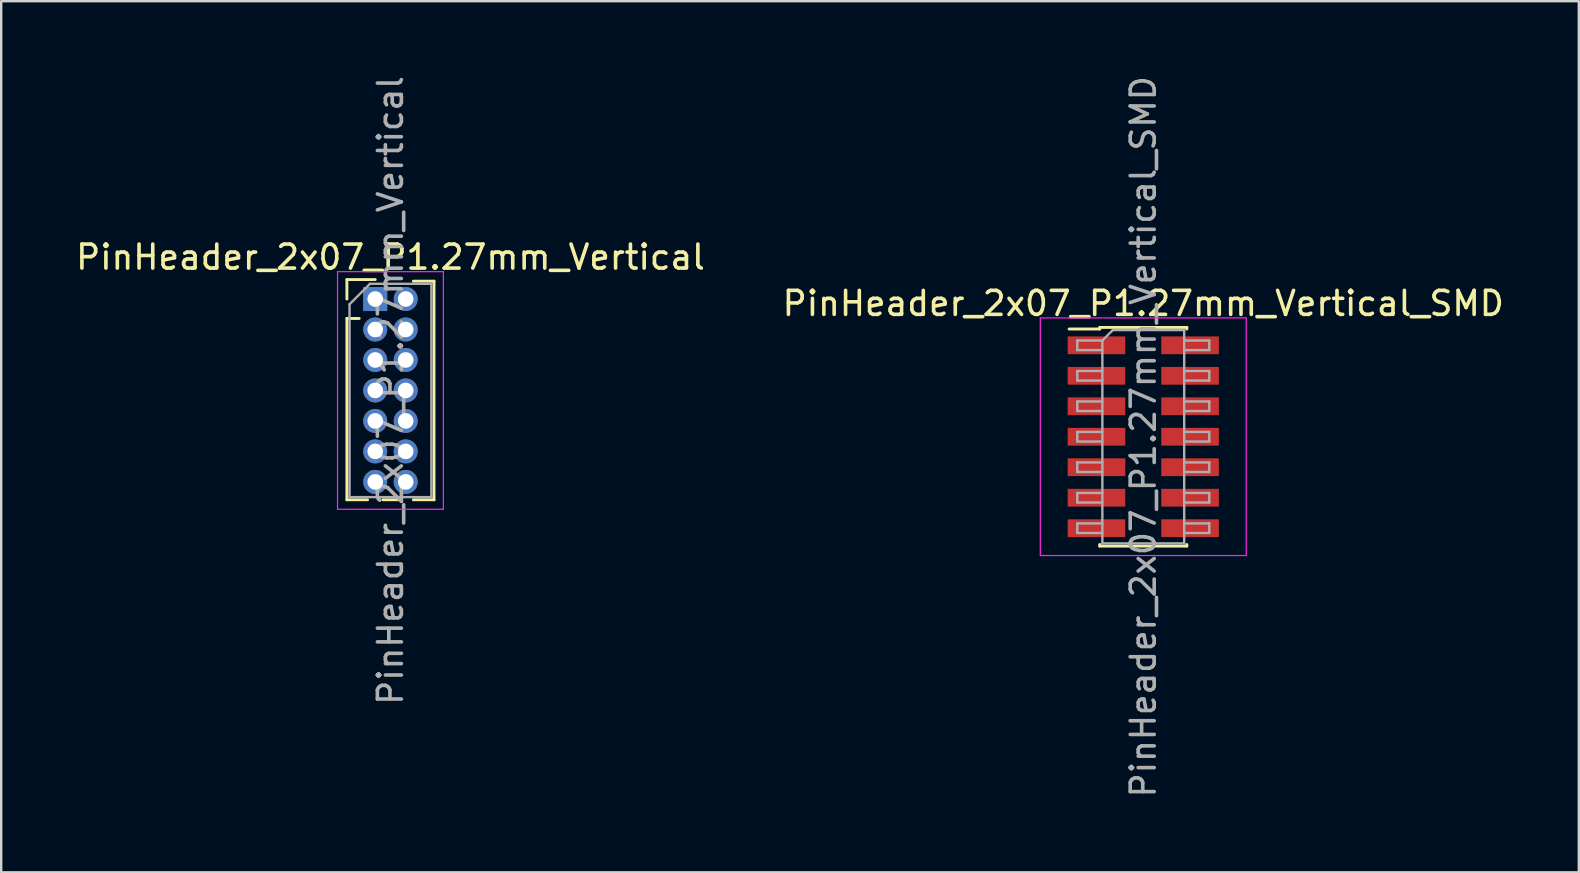
<source format=kicad_pcb>
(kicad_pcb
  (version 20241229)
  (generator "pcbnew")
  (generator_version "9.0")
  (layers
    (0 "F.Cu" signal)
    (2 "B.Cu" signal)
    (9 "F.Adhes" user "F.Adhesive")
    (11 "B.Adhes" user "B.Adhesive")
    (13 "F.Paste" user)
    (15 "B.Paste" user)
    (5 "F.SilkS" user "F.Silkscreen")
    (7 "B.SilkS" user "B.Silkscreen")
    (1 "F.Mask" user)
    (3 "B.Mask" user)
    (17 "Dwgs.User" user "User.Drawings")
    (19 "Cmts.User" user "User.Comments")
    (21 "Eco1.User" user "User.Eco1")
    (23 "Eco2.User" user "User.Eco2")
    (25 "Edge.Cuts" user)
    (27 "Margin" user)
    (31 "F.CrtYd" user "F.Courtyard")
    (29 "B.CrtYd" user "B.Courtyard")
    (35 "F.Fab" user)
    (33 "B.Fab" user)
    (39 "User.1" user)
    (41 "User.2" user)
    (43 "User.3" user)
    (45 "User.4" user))
  (footprint "PinHeader_2x07_P1.27mm_Vertical"
    (layer "F.Cu")
    (at 12.585 9.41)
    (property "Reference" "PinHeader_2x07_P1.27mm_Vertical" (at 0.635 -1.745 0) (layer "F.SilkS") (effects (font (size 1 1) (thickness 0.15))))
    (attr through_hole)
    (fp_line (start -1.18 -0.81) (end 0 -0.81) (stroke (width 0.12) (type solid)) (layer "F.SilkS"))
    (fp_line (start -1.18 0) (end -1.18 -0.81) (stroke (width 0.12) (type solid)) (layer "F.SilkS"))
    (fp_line (start -1.18 0.81) (end -1.18 8.365) (stroke (width 0.12) (type solid)) (layer "F.SilkS"))
    (fp_line (start -1.18 0.81) (end -0.667 0.81) (stroke (width 0.12) (type solid)) (layer "F.SilkS"))
    (fp_line (start -1.18 8.365) (end -0.318 8.365) (stroke (width 0.12) (type solid)) (layer "F.SilkS"))
    (fp_line (start 0.318 8.365) (end 0.952 8.365) (stroke (width 0.12) (type solid)) (layer "F.SilkS"))
    (fp_line (start 1.588 -0.745) (end 2.45 -0.745) (stroke (width 0.12) (type solid)) (layer "F.SilkS"))
    (fp_line (start 1.588 8.365) (end 2.45 8.365) (stroke (width 0.12) (type solid)) (layer "F.SilkS"))
    (fp_line (start 2.45 -0.745) (end 2.45 8.365) (stroke (width 0.12) (type solid)) (layer "F.SilkS"))
    (fp_line (start -1.57 -1.14) (end -1.57 8.76) (stroke (width 0.05) (type solid)) (layer "F.CrtYd"))
    (fp_line (start -1.57 8.76) (end 2.84 8.76) (stroke (width 0.05) (type solid)) (layer "F.CrtYd"))
    (fp_line (start 2.84 -1.14) (end -1.57 -1.14) (stroke (width 0.05) (type solid)) (layer "F.CrtYd"))
    (fp_line (start 2.84 8.76) (end 2.84 -1.14) (stroke (width 0.05) (type solid)) (layer "F.CrtYd"))
    (fp_line (start -1.07 0.217) (end -0.217 -0.635) (stroke (width 0.1) (type solid)) (layer "F.Fab"))
    (fp_line (start -1.07 8.255) (end -1.07 0.217) (stroke (width 0.1) (type solid)) (layer "F.Fab"))
    (fp_line (start -0.217 -0.635) (end 2.34 -0.635) (stroke (width 0.1) (type solid)) (layer "F.Fab"))
    (fp_line (start 2.34 -0.635) (end 2.34 8.255) (stroke (width 0.1) (type solid)) (layer "F.Fab"))
    (fp_line (start 2.34 8.255) (end -1.07 8.255) (stroke (width 0.1) (type solid)) (layer "F.Fab"))
    (fp_text user "${REFERENCE}" (at 0.635 3.81 90) (layer "F.Fab") (effects (font (size 1 1) (thickness 0.15))))
    (pad "1" thru_hole rect (at 0 0) (size 1 1) (drill 0.65) (layers "*.Cu" "*.Mask"))
    (pad "2" thru_hole circle (at 1.27 0) (size 1 1) (drill 0.65) (layers "*.Cu" "*.Mask"))
    (pad "3" thru_hole circle (at 0 1.27) (size 1 1) (drill 0.65) (layers "*.Cu" "*.Mask"))
    (pad "4" thru_hole circle (at 1.27 1.27) (size 1 1) (drill 0.65) (layers "*.Cu" "*.Mask"))
    (pad "5" thru_hole circle (at 0 2.54) (size 1 1) (drill 0.65) (layers "*.Cu" "*.Mask"))
    (pad "6" thru_hole circle (at 1.27 2.54) (size 1 1) (drill 0.65) (layers "*.Cu" "*.Mask"))
    (pad "7" thru_hole circle (at 0 3.81) (size 1 1) (drill 0.65) (layers "*.Cu" "*.Mask"))
    (pad "8" thru_hole circle (at 1.27 3.81) (size 1 1) (drill 0.65) (layers "*.Cu" "*.Mask"))
    (pad "9" thru_hole circle (at 0 5.08) (size 1 1) (drill 0.65) (layers "*.Cu" "*.Mask"))
    (pad "10" thru_hole circle (at 1.27 5.08) (size 1 1) (drill 0.65) (layers "*.Cu" "*.Mask"))
    (pad "11" thru_hole circle (at 0 6.35) (size 1 1) (drill 0.65) (layers "*.Cu" "*.Mask"))
    (pad "12" thru_hole circle (at 1.27 6.35) (size 1 1) (drill 0.65) (layers "*.Cu" "*.Mask"))
    (pad "13" thru_hole circle (at 0 7.62) (size 1 1) (drill 0.65) (layers "*.Cu" "*.Mask"))
    (pad "14" thru_hole circle (at 1.27 7.62) (size 1 1) (drill 0.65) (layers "*.Cu" "*.Mask")))
  (footprint "PinHeader_2x07_P1.27mm_Vertical_SMD"
    (layer "F.Cu")
    (at 44.589 15.149)
    (property "Reference" "PinHeader_2x07_P1.27mm_Vertical_SMD" (at 0 -5.555 0) (layer "F.SilkS") (effects (font (size 1 1) (thickness 0.15))))
    (attr smd)
    (fp_line (start -3.09 -4.49) (end -1.815 -4.49) (stroke (width 0.12) (type solid)) (layer "F.SilkS"))
    (fp_line (start -1.815 -4.555) (end -1.815 -4.49) (stroke (width 0.12) (type solid)) (layer "F.SilkS"))
    (fp_line (start -1.815 -4.555) (end 1.815 -4.555) (stroke (width 0.12) (type solid)) (layer "F.SilkS"))
    (fp_line (start -1.815 4.49) (end -1.815 4.555) (stroke (width 0.12) (type solid)) (layer "F.SilkS"))
    (fp_line (start -1.815 4.555) (end 1.815 4.555) (stroke (width 0.12) (type solid)) (layer "F.SilkS"))
    (fp_line (start 1.815 -4.555) (end 1.815 -4.49) (stroke (width 0.12) (type solid)) (layer "F.SilkS"))
    (fp_line (start 1.815 4.49) (end 1.815 4.555) (stroke (width 0.12) (type solid)) (layer "F.SilkS"))
    (fp_line (start -4.29 -4.95) (end -4.29 4.95) (stroke (width 0.05) (type solid)) (layer "F.CrtYd"))
    (fp_line (start -4.29 4.95) (end 4.29 4.95) (stroke (width 0.05) (type solid)) (layer "F.CrtYd"))
    (fp_line (start 4.29 -4.95) (end -4.29 -4.95) (stroke (width 0.05) (type solid)) (layer "F.CrtYd"))
    (fp_line (start 4.29 4.95) (end 4.29 -4.95) (stroke (width 0.05) (type solid)) (layer "F.CrtYd"))
    (fp_line (start -2.75 -4.01) (end -2.75 -3.61) (stroke (width 0.1) (type solid)) (layer "F.Fab"))
    (fp_line (start -2.75 -3.61) (end -1.705 -3.61) (stroke (width 0.1) (type solid)) (layer "F.Fab"))
    (fp_line (start -2.75 -2.74) (end -2.75 -2.34) (stroke (width 0.1) (type solid)) (layer "F.Fab"))
    (fp_line (start -2.75 -2.34) (end -1.705 -2.34) (stroke (width 0.1) (type solid)) (layer "F.Fab"))
    (fp_line (start -2.75 -1.47) (end -2.75 -1.07) (stroke (width 0.1) (type solid)) (layer "F.Fab"))
    (fp_line (start -2.75 -1.07) (end -1.705 -1.07) (stroke (width 0.1) (type solid)) (layer "F.Fab"))
    (fp_line (start -2.75 -0.2) (end -2.75 0.2) (stroke (width 0.1) (type solid)) (layer "F.Fab"))
    (fp_line (start -2.75 0.2) (end -1.705 0.2) (stroke (width 0.1) (type solid)) (layer "F.Fab"))
    (fp_line (start -2.75 1.07) (end -2.75 1.47) (stroke (width 0.1) (type solid)) (layer "F.Fab"))
    (fp_line (start -2.75 1.47) (end -1.705 1.47) (stroke (width 0.1) (type solid)) (layer "F.Fab"))
    (fp_line (start -2.75 2.34) (end -2.75 2.74) (stroke (width 0.1) (type solid)) (layer "F.Fab"))
    (fp_line (start -2.75 2.74) (end -1.705 2.74) (stroke (width 0.1) (type solid)) (layer "F.Fab"))
    (fp_line (start -2.75 3.61) (end -2.75 4.01) (stroke (width 0.1) (type solid)) (layer "F.Fab"))
    (fp_line (start -2.75 4.01) (end -1.705 4.01) (stroke (width 0.1) (type solid)) (layer "F.Fab"))
    (fp_line (start -1.705 -4.01) (end -2.75 -4.01) (stroke (width 0.1) (type solid)) (layer "F.Fab"))
    (fp_line (start -1.705 -4.01) (end -1.27 -4.445) (stroke (width 0.1) (type solid)) (layer "F.Fab"))
    (fp_line (start -1.705 -2.74) (end -2.75 -2.74) (stroke (width 0.1) (type solid)) (layer "F.Fab"))
    (fp_line (start -1.705 -1.47) (end -2.75 -1.47) (stroke (width 0.1) (type solid)) (layer "F.Fab"))
    (fp_line (start -1.705 -0.2) (end -2.75 -0.2) (stroke (width 0.1) (type solid)) (layer "F.Fab"))
    (fp_line (start -1.705 1.07) (end -2.75 1.07) (stroke (width 0.1) (type solid)) (layer "F.Fab"))
    (fp_line (start -1.705 2.34) (end -2.75 2.34) (stroke (width 0.1) (type solid)) (layer "F.Fab"))
    (fp_line (start -1.705 3.61) (end -2.75 3.61) (stroke (width 0.1) (type solid)) (layer "F.Fab"))
    (fp_line (start -1.705 4.445) (end -1.705 -4.01) (stroke (width 0.1) (type solid)) (layer "F.Fab"))
    (fp_line (start -1.27 -4.445) (end 1.705 -4.445) (stroke (width 0.1) (type solid)) (layer "F.Fab"))
    (fp_line (start 1.705 -4.445) (end 1.705 4.445) (stroke (width 0.1) (type solid)) (layer "F.Fab"))
    (fp_line (start 1.705 -4.01) (end 2.75 -4.01) (stroke (width 0.1) (type solid)) (layer "F.Fab"))
    (fp_line (start 1.705 -2.74) (end 2.75 -2.74) (stroke (width 0.1) (type solid)) (layer "F.Fab"))
    (fp_line (start 1.705 -1.47) (end 2.75 -1.47) (stroke (width 0.1) (type solid)) (layer "F.Fab"))
    (fp_line (start 1.705 -0.2) (end 2.75 -0.2) (stroke (width 0.1) (type solid)) (layer "F.Fab"))
    (fp_line (start 1.705 1.07) (end 2.75 1.07) (stroke (width 0.1) (type solid)) (layer "F.Fab"))
    (fp_line (start 1.705 2.34) (end 2.75 2.34) (stroke (width 0.1) (type solid)) (layer "F.Fab"))
    (fp_line (start 1.705 3.61) (end 2.75 3.61) (stroke (width 0.1) (type solid)) (layer "F.Fab"))
    (fp_line (start 1.705 4.445) (end -1.705 4.445) (stroke (width 0.1) (type solid)) (layer "F.Fab"))
    (fp_line (start 2.75 -4.01) (end 2.75 -3.61) (stroke (width 0.1) (type solid)) (layer "F.Fab"))
    (fp_line (start 2.75 -3.61) (end 1.705 -3.61) (stroke (width 0.1) (type solid)) (layer "F.Fab"))
    (fp_line (start 2.75 -2.74) (end 2.75 -2.34) (stroke (width 0.1) (type solid)) (layer "F.Fab"))
    (fp_line (start 2.75 -2.34) (end 1.705 -2.34) (stroke (width 0.1) (type solid)) (layer "F.Fab"))
    (fp_line (start 2.75 -1.47) (end 2.75 -1.07) (stroke (width 0.1) (type solid)) (layer "F.Fab"))
    (fp_line (start 2.75 -1.07) (end 1.705 -1.07) (stroke (width 0.1) (type solid)) (layer "F.Fab"))
    (fp_line (start 2.75 -0.2) (end 2.75 0.2) (stroke (width 0.1) (type solid)) (layer "F.Fab"))
    (fp_line (start 2.75 0.2) (end 1.705 0.2) (stroke (width 0.1) (type solid)) (layer "F.Fab"))
    (fp_line (start 2.75 1.07) (end 2.75 1.47) (stroke (width 0.1) (type solid)) (layer "F.Fab"))
    (fp_line (start 2.75 1.47) (end 1.705 1.47) (stroke (width 0.1) (type solid)) (layer "F.Fab"))
    (fp_line (start 2.75 2.34) (end 2.75 2.74) (stroke (width 0.1) (type solid)) (layer "F.Fab"))
    (fp_line (start 2.75 2.74) (end 1.705 2.74) (stroke (width 0.1) (type solid)) (layer "F.Fab"))
    (fp_line (start 2.75 3.61) (end 2.75 4.01) (stroke (width 0.1) (type solid)) (layer "F.Fab"))
    (fp_line (start 2.75 4.01) (end 1.705 4.01) (stroke (width 0.1) (type solid)) (layer "F.Fab"))
    (fp_text user "${REFERENCE}" (at 0 0 90) (layer "F.Fab") (effects (font (size 1 1) (thickness 0.15))))
    (pad "1" smd rect (at -1.95 -3.81) (size 2.4 0.74) (layers "F.Cu" "F.Mask" "F.Paste"))
    (pad "2" smd rect (at 1.95 -3.81) (size 2.4 0.74) (layers "F.Cu" "F.Mask" "F.Paste"))
    (pad "3" smd rect (at -1.95 -2.54) (size 2.4 0.74) (layers "F.Cu" "F.Mask" "F.Paste"))
    (pad "4" smd rect (at 1.95 -2.54) (size 2.4 0.74) (layers "F.Cu" "F.Mask" "F.Paste"))
    (pad "5" smd rect (at -1.95 -1.27) (size 2.4 0.74) (layers "F.Cu" "F.Mask" "F.Paste"))
    (pad "6" smd rect (at 1.95 -1.27) (size 2.4 0.74) (layers "F.Cu" "F.Mask" "F.Paste"))
    (pad "7" smd rect (at -1.95 0) (size 2.4 0.74) (layers "F.Cu" "F.Mask" "F.Paste"))
    (pad "8" smd rect (at 1.95 0) (size 2.4 0.74) (layers "F.Cu" "F.Mask" "F.Paste"))
    (pad "9" smd rect (at -1.95 1.27) (size 2.4 0.74) (layers "F.Cu" "F.Mask" "F.Paste"))
    (pad "10" smd rect (at 1.95 1.27) (size 2.4 0.74) (layers "F.Cu" "F.Mask" "F.Paste"))
    (pad "11" smd rect (at -1.95 2.54) (size 2.4 0.74) (layers "F.Cu" "F.Mask" "F.Paste"))
    (pad "12" smd rect (at 1.95 2.54) (size 2.4 0.74) (layers "F.Cu" "F.Mask" "F.Paste"))
    (pad "13" smd rect (at -1.95 3.81) (size 2.4 0.74) (layers "F.Cu" "F.Mask" "F.Paste"))
    (pad "14" smd rect (at 1.95 3.81) (size 2.4 0.74) (layers "F.Cu" "F.Mask" "F.Paste")))
  (gr_rect
    (start -3 -3)
    (end 62.738 33.298)
    (stroke (width 0.1) (type default))
    (fill no)
    (layer "Edge.Cuts")))
</source>
